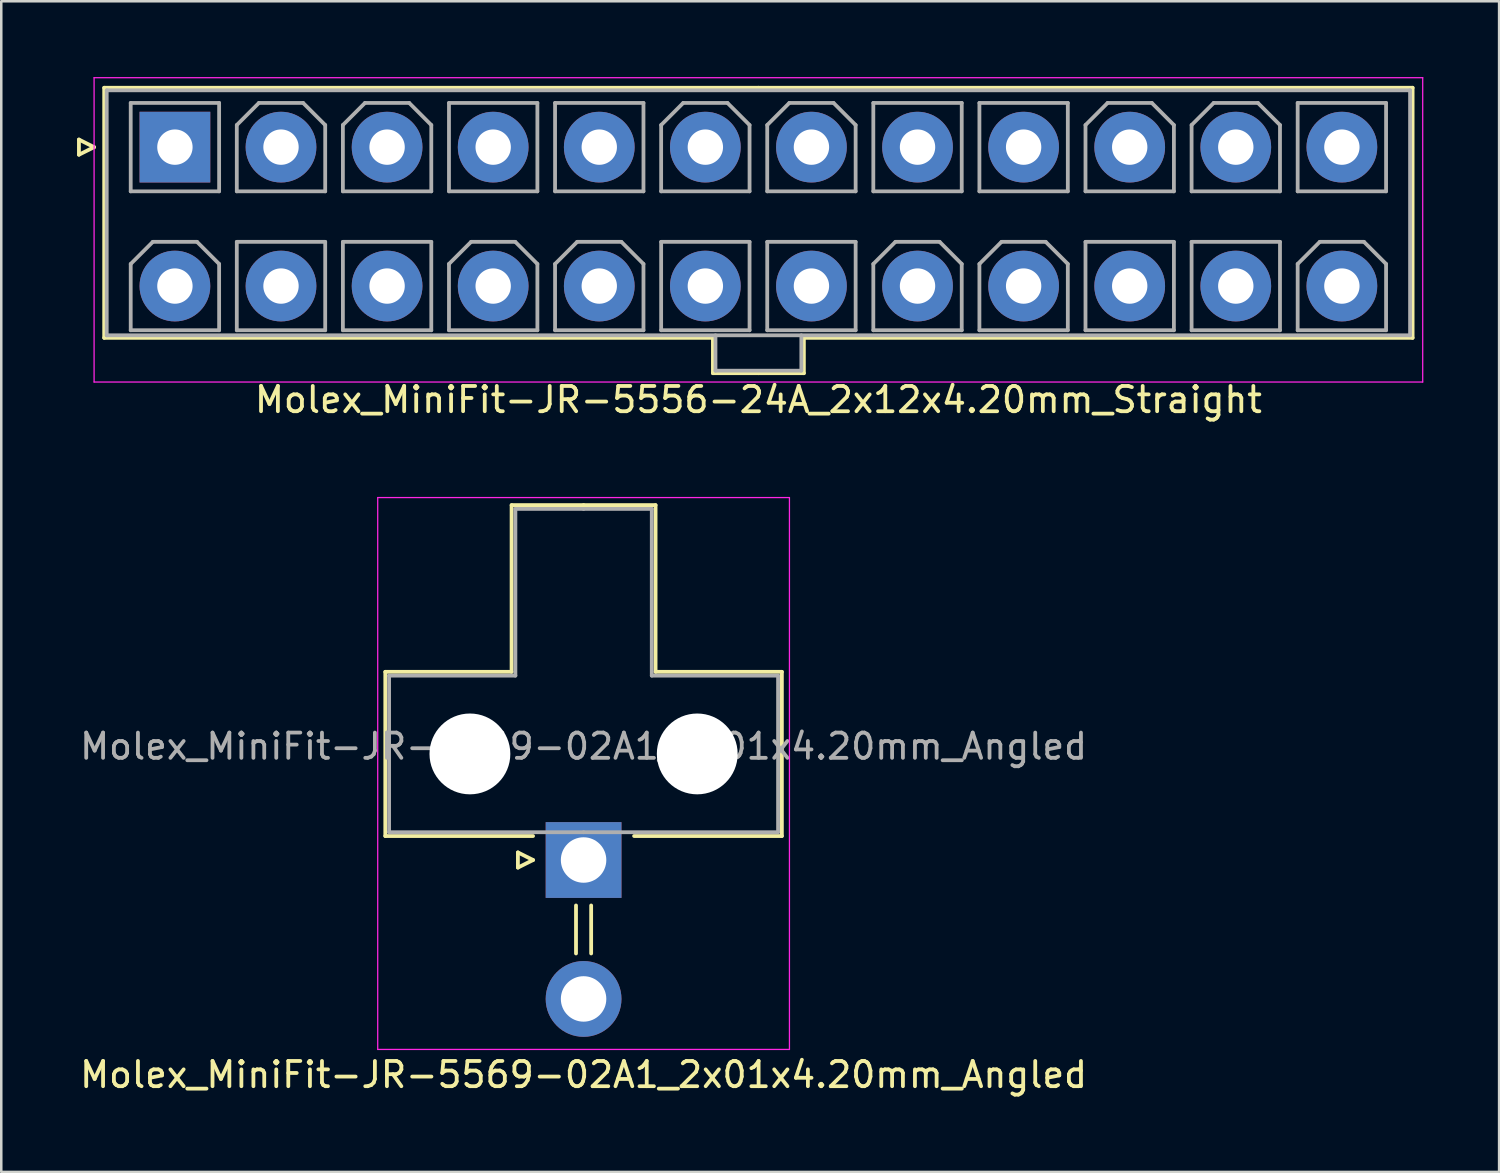
<source format=kicad_pcb>
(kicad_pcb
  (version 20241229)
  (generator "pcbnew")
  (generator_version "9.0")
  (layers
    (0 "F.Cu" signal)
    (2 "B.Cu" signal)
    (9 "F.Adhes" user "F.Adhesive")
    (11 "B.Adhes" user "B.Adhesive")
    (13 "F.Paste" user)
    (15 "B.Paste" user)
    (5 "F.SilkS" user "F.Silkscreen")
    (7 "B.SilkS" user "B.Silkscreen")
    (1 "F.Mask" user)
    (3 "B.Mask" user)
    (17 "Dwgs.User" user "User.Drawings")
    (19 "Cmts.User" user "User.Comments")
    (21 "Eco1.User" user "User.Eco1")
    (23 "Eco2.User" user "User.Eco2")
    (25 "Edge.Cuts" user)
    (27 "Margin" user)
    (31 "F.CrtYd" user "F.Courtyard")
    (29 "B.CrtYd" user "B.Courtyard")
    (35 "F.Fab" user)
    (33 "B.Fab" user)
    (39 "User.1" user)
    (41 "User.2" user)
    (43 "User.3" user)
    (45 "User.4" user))
  (footprint "Molex_MiniFit-JR-5569-02A1_2x01x4.20mm_Angled"
    (layer "F.Cu")
    (at 20.054 30.998)
    (property "Reference" "Molex_MiniFit-JR-5569-02A1_2x01x4.20mm_Angled" (at 0 8.5 0) (layer "F.SilkS") (effects (font (size 1 1) (thickness 0.15))))
    (attr through_hole)
    (fp_line (start -7.85 -7.45) (end -7.85 -0.95) (stroke (width 0.15) (type solid)) (layer "F.SilkS"))
    (fp_line (start -7.85 -0.95) (end -2 -0.95) (stroke (width 0.15) (type solid)) (layer "F.SilkS"))
    (fp_line (start -2.85 -14.05) (end -2.85 -7.45) (stroke (width 0.15) (type solid)) (layer "F.SilkS"))
    (fp_line (start -2.85 -7.45) (end -7.85 -7.45) (stroke (width 0.15) (type solid)) (layer "F.SilkS"))
    (fp_line (start -2.6 -0.3) (end -2 0) (stroke (width 0.15) (type solid)) (layer "F.SilkS"))
    (fp_line (start -2.6 0.3) (end -2.6 -0.3) (stroke (width 0.15) (type solid)) (layer "F.SilkS"))
    (fp_line (start -2 0) (end -2.6 0.3) (stroke (width 0.15) (type solid)) (layer "F.SilkS"))
    (fp_line (start -0.3 1.8) (end -0.3 3.7) (stroke (width 0.15) (type solid)) (layer "F.SilkS"))
    (fp_line (start 0 -14.05) (end -2.85 -14.05) (stroke (width 0.15) (type solid)) (layer "F.SilkS"))
    (fp_line (start 0 -14.05) (end 2.85 -14.05) (stroke (width 0.15) (type solid)) (layer "F.SilkS"))
    (fp_line (start 0.3 1.8) (end 0.3 3.7) (stroke (width 0.15) (type solid)) (layer "F.SilkS"))
    (fp_line (start 2.85 -14.05) (end 2.85 -7.45) (stroke (width 0.15) (type solid)) (layer "F.SilkS"))
    (fp_line (start 2.85 -7.45) (end 7.85 -7.45) (stroke (width 0.15) (type solid)) (layer "F.SilkS"))
    (fp_line (start 7.85 -7.45) (end 7.85 -0.95) (stroke (width 0.15) (type solid)) (layer "F.SilkS"))
    (fp_line (start 7.85 -0.95) (end 2 -0.95) (stroke (width 0.15) (type solid)) (layer "F.SilkS"))
    (fp_line (start -8.15 -14.35) (end -8.15 7.5) (stroke (width 0.05) (type solid)) (layer "F.CrtYd"))
    (fp_line (start -8.15 7.5) (end 8.15 7.5) (stroke (width 0.05) (type solid)) (layer "F.CrtYd"))
    (fp_line (start 8.15 -14.35) (end -8.15 -14.35) (stroke (width 0.05) (type solid)) (layer "F.CrtYd"))
    (fp_line (start 8.15 7.5) (end 8.15 -14.35) (stroke (width 0.05) (type solid)) (layer "F.CrtYd"))
    (fp_line (start -7.7 -7.3) (end -7.7 -1.1) (stroke (width 0.15) (type solid)) (layer "F.Fab"))
    (fp_line (start -7.7 -1.1) (end 0 -1.1) (stroke (width 0.15) (type solid)) (layer "F.Fab"))
    (fp_line (start -2.7 -13.9) (end -2.7 -7.3) (stroke (width 0.15) (type solid)) (layer "F.Fab"))
    (fp_line (start -2.7 -7.3) (end -7.7 -7.3) (stroke (width 0.15) (type solid)) (layer "F.Fab"))
    (fp_line (start 0 -13.9) (end -2.7 -13.9) (stroke (width 0.15) (type solid)) (layer "F.Fab"))
    (fp_line (start 0 -13.9) (end 2.7 -13.9) (stroke (width 0.15) (type solid)) (layer "F.Fab"))
    (fp_line (start 2.7 -13.9) (end 2.7 -7.3) (stroke (width 0.15) (type solid)) (layer "F.Fab"))
    (fp_line (start 2.7 -7.3) (end 7.7 -7.3) (stroke (width 0.15) (type solid)) (layer "F.Fab"))
    (fp_line (start 7.7 -7.3) (end 7.7 -1.1) (stroke (width 0.15) (type solid)) (layer "F.Fab"))
    (fp_line (start 7.7 -1.1) (end 0 -1.1) (stroke (width 0.15) (type solid)) (layer "F.Fab"))
    (fp_text user "${REFERENCE}" (at 0 -4.5 0) (layer "F.Fab") (effects (font (size 1 1) (thickness 0.15))))
    (pad "" np_thru_hole circle (at -4.5 -4.2) (size 3.2 3.2) (drill 3.2) (layers "*.Cu"))
    (pad "" np_thru_hole circle (at 4.5 -4.2) (size 3.2 3.2) (drill 3.2) (layers "*.Cu"))
    (pad "1" thru_hole rect (at 0 0) (size 3 3) (drill 1.8) (layers "*.Cu" "*.Mask"))
    (pad "2" thru_hole circle (at 0 5.5) (size 3 3) (drill 1.8) (layers "*.Cu" "*.Mask")))
  (footprint "Molex_MiniFit-JR-5556-24A_2x12x4.20mm_Straight"
    (layer "F.Cu")
    (at 3.875 2.775)
    (property "Reference" "Molex_MiniFit-JR-5556-24A_2x12x4.20mm_Straight" (at 23.1 10 0) (layer "F.SilkS") (effects (font (size 1 1) (thickness 0.15))))
    (attr through_hole)
    (fp_line (start -3.8 -0.3) (end -3.2 0) (stroke (width 0.15) (type solid)) (layer "F.SilkS"))
    (fp_line (start -3.8 0.3) (end -3.8 -0.3) (stroke (width 0.15) (type solid)) (layer "F.SilkS"))
    (fp_line (start -3.2 0) (end -3.8 0.3) (stroke (width 0.15) (type solid)) (layer "F.SilkS"))
    (fp_line (start -2.8 -2.35) (end -2.8 7.55) (stroke (width 0.15) (type solid)) (layer "F.SilkS"))
    (fp_line (start -2.8 7.55) (end 21.3 7.55) (stroke (width 0.15) (type solid)) (layer "F.SilkS"))
    (fp_line (start 21.3 7.55) (end 21.3 8.95) (stroke (width 0.15) (type solid)) (layer "F.SilkS"))
    (fp_line (start 21.3 8.95) (end 23.1 8.95) (stroke (width 0.15) (type solid)) (layer "F.SilkS"))
    (fp_line (start 23.1 -2.35) (end -2.8 -2.35) (stroke (width 0.15) (type solid)) (layer "F.SilkS"))
    (fp_line (start 23.1 -2.35) (end 49 -2.35) (stroke (width 0.15) (type solid)) (layer "F.SilkS"))
    (fp_line (start 24.9 7.55) (end 24.9 8.95) (stroke (width 0.15) (type solid)) (layer "F.SilkS"))
    (fp_line (start 24.9 8.95) (end 23.1 8.95) (stroke (width 0.15) (type solid)) (layer "F.SilkS"))
    (fp_line (start 49 -2.35) (end 49 7.55) (stroke (width 0.15) (type solid)) (layer "F.SilkS"))
    (fp_line (start 49 7.55) (end 24.9 7.55) (stroke (width 0.15) (type solid)) (layer "F.SilkS"))
    (fp_line (start -3.2 -2.75) (end -3.2 9.3) (stroke (width 0.05) (type solid)) (layer "F.CrtYd"))
    (fp_line (start -3.2 9.3) (end 49.4 9.3) (stroke (width 0.05) (type solid)) (layer "F.CrtYd"))
    (fp_line (start 49.4 -2.75) (end -3.2 -2.75) (stroke (width 0.05) (type solid)) (layer "F.CrtYd"))
    (fp_line (start 49.4 9.3) (end 49.4 -2.75) (stroke (width 0.05) (type solid)) (layer "F.CrtYd"))
    (fp_line (start -2.7 -2.25) (end -2.7 7.45) (stroke (width 0.15) (type solid)) (layer "F.Fab"))
    (fp_line (start -2.7 7.45) (end 48.9 7.45) (stroke (width 0.15) (type solid)) (layer "F.Fab"))
    (fp_line (start -1.75 -1.75) (end -1.75 1.75) (stroke (width 0.15) (type solid)) (layer "F.Fab"))
    (fp_line (start -1.75 1.75) (end 1.75 1.75) (stroke (width 0.15) (type solid)) (layer "F.Fab"))
    (fp_line (start -1.75 4.625) (end -0.875 3.75) (stroke (width 0.15) (type solid)) (layer "F.Fab"))
    (fp_line (start -1.75 7.25) (end -1.75 4.625) (stroke (width 0.15) (type solid)) (layer "F.Fab"))
    (fp_line (start -0.875 3.75) (end 0.875 3.75) (stroke (width 0.15) (type solid)) (layer "F.Fab"))
    (fp_line (start 0.875 3.75) (end 1.75 4.625) (stroke (width 0.15) (type solid)) (layer "F.Fab"))
    (fp_line (start 1.75 -1.75) (end -1.75 -1.75) (stroke (width 0.15) (type solid)) (layer "F.Fab"))
    (fp_line (start 1.75 1.75) (end 1.75 -1.75) (stroke (width 0.15) (type solid)) (layer "F.Fab"))
    (fp_line (start 1.75 4.625) (end 1.75 7.25) (stroke (width 0.15) (type solid)) (layer "F.Fab"))
    (fp_line (start 1.75 7.25) (end -1.75 7.25) (stroke (width 0.15) (type solid)) (layer "F.Fab"))
    (fp_line (start 2.45 -0.875) (end 3.325 -1.75) (stroke (width 0.15) (type solid)) (layer "F.Fab"))
    (fp_line (start 2.45 1.75) (end 2.45 -0.875) (stroke (width 0.15) (type solid)) (layer "F.Fab"))
    (fp_line (start 2.45 3.75) (end 2.45 7.25) (stroke (width 0.15) (type solid)) (layer "F.Fab"))
    (fp_line (start 2.45 7.25) (end 5.95 7.25) (stroke (width 0.15) (type solid)) (layer "F.Fab"))
    (fp_line (start 3.325 -1.75) (end 5.075 -1.75) (stroke (width 0.15) (type solid)) (layer "F.Fab"))
    (fp_line (start 5.075 -1.75) (end 5.95 -0.875) (stroke (width 0.15) (type solid)) (layer "F.Fab"))
    (fp_line (start 5.95 -0.875) (end 5.95 1.75) (stroke (width 0.15) (type solid)) (layer "F.Fab"))
    (fp_line (start 5.95 1.75) (end 2.45 1.75) (stroke (width 0.15) (type solid)) (layer "F.Fab"))
    (fp_line (start 5.95 3.75) (end 2.45 3.75) (stroke (width 0.15) (type solid)) (layer "F.Fab"))
    (fp_line (start 5.95 7.25) (end 5.95 3.75) (stroke (width 0.15) (type solid)) (layer "F.Fab"))
    (fp_line (start 6.65 -0.875) (end 7.525 -1.75) (stroke (width 0.15) (type solid)) (layer "F.Fab"))
    (fp_line (start 6.65 1.75) (end 6.65 -0.875) (stroke (width 0.15) (type solid)) (layer "F.Fab"))
    (fp_line (start 6.65 3.75) (end 6.65 7.25) (stroke (width 0.15) (type solid)) (layer "F.Fab"))
    (fp_line (start 6.65 7.25) (end 10.15 7.25) (stroke (width 0.15) (type solid)) (layer "F.Fab"))
    (fp_line (start 7.525 -1.75) (end 9.275 -1.75) (stroke (width 0.15) (type solid)) (layer "F.Fab"))
    (fp_line (start 9.275 -1.75) (end 10.15 -0.875) (stroke (width 0.15) (type solid)) (layer "F.Fab"))
    (fp_line (start 10.15 -0.875) (end 10.15 1.75) (stroke (width 0.15) (type solid)) (layer "F.Fab"))
    (fp_line (start 10.15 1.75) (end 6.65 1.75) (stroke (width 0.15) (type solid)) (layer "F.Fab"))
    (fp_line (start 10.15 3.75) (end 6.65 3.75) (stroke (width 0.15) (type solid)) (layer "F.Fab"))
    (fp_line (start 10.15 7.25) (end 10.15 3.75) (stroke (width 0.15) (type solid)) (layer "F.Fab"))
    (fp_line (start 10.85 -1.75) (end 10.85 1.75) (stroke (width 0.15) (type solid)) (layer "F.Fab"))
    (fp_line (start 10.85 1.75) (end 14.35 1.75) (stroke (width 0.15) (type solid)) (layer "F.Fab"))
    (fp_line (start 10.85 4.625) (end 11.725 3.75) (stroke (width 0.15) (type solid)) (layer "F.Fab"))
    (fp_line (start 10.85 7.25) (end 10.85 4.625) (stroke (width 0.15) (type solid)) (layer "F.Fab"))
    (fp_line (start 11.725 3.75) (end 13.475 3.75) (stroke (width 0.15) (type solid)) (layer "F.Fab"))
    (fp_line (start 13.475 3.75) (end 14.35 4.625) (stroke (width 0.15) (type solid)) (layer "F.Fab"))
    (fp_line (start 14.35 -1.75) (end 10.85 -1.75) (stroke (width 0.15) (type solid)) (layer "F.Fab"))
    (fp_line (start 14.35 1.75) (end 14.35 -1.75) (stroke (width 0.15) (type solid)) (layer "F.Fab"))
    (fp_line (start 14.35 4.625) (end 14.35 7.25) (stroke (width 0.15) (type solid)) (layer "F.Fab"))
    (fp_line (start 14.35 7.25) (end 10.85 7.25) (stroke (width 0.15) (type solid)) (layer "F.Fab"))
    (fp_line (start 15.05 -1.75) (end 15.05 1.75) (stroke (width 0.15) (type solid)) (layer "F.Fab"))
    (fp_line (start 15.05 1.75) (end 18.55 1.75) (stroke (width 0.15) (type solid)) (layer "F.Fab"))
    (fp_line (start 15.05 4.625) (end 15.925 3.75) (stroke (width 0.15) (type solid)) (layer "F.Fab"))
    (fp_line (start 15.05 7.25) (end 15.05 4.625) (stroke (width 0.15) (type solid)) (layer "F.Fab"))
    (fp_line (start 15.925 3.75) (end 17.675 3.75) (stroke (width 0.15) (type solid)) (layer "F.Fab"))
    (fp_line (start 17.675 3.75) (end 18.55 4.625) (stroke (width 0.15) (type solid)) (layer "F.Fab"))
    (fp_line (start 18.55 -1.75) (end 15.05 -1.75) (stroke (width 0.15) (type solid)) (layer "F.Fab"))
    (fp_line (start 18.55 1.75) (end 18.55 -1.75) (stroke (width 0.15) (type solid)) (layer "F.Fab"))
    (fp_line (start 18.55 4.625) (end 18.55 7.25) (stroke (width 0.15) (type solid)) (layer "F.Fab"))
    (fp_line (start 18.55 7.25) (end 15.05 7.25) (stroke (width 0.15) (type solid)) (layer "F.Fab"))
    (fp_line (start 19.25 -0.875) (end 20.125 -1.75) (stroke (width 0.15) (type solid)) (layer "F.Fab"))
    (fp_line (start 19.25 1.75) (end 19.25 -0.875) (stroke (width 0.15) (type solid)) (layer "F.Fab"))
    (fp_line (start 19.25 3.75) (end 19.25 7.25) (stroke (width 0.15) (type solid)) (layer "F.Fab"))
    (fp_line (start 19.25 7.25) (end 22.75 7.25) (stroke (width 0.15) (type solid)) (layer "F.Fab"))
    (fp_line (start 20.125 -1.75) (end 21.875 -1.75) (stroke (width 0.15) (type solid)) (layer "F.Fab"))
    (fp_line (start 21.4 7.45) (end 21.4 8.85) (stroke (width 0.15) (type solid)) (layer "F.Fab"))
    (fp_line (start 21.4 8.85) (end 24.8 8.85) (stroke (width 0.15) (type solid)) (layer "F.Fab"))
    (fp_line (start 21.875 -1.75) (end 22.75 -0.875) (stroke (width 0.15) (type solid)) (layer "F.Fab"))
    (fp_line (start 22.75 -0.875) (end 22.75 1.75) (stroke (width 0.15) (type solid)) (layer "F.Fab"))
    (fp_line (start 22.75 1.75) (end 19.25 1.75) (stroke (width 0.15) (type solid)) (layer "F.Fab"))
    (fp_line (start 22.75 3.75) (end 19.25 3.75) (stroke (width 0.15) (type solid)) (layer "F.Fab"))
    (fp_line (start 22.75 7.25) (end 22.75 3.75) (stroke (width 0.15) (type solid)) (layer "F.Fab"))
    (fp_line (start 23.45 -0.875) (end 24.325 -1.75) (stroke (width 0.15) (type solid)) (layer "F.Fab"))
    (fp_line (start 23.45 1.75) (end 23.45 -0.875) (stroke (width 0.15) (type solid)) (layer "F.Fab"))
    (fp_line (start 23.45 3.75) (end 23.45 7.25) (stroke (width 0.15) (type solid)) (layer "F.Fab"))
    (fp_line (start 23.45 7.25) (end 26.95 7.25) (stroke (width 0.15) (type solid)) (layer "F.Fab"))
    (fp_line (start 24.325 -1.75) (end 26.075 -1.75) (stroke (width 0.15) (type solid)) (layer "F.Fab"))
    (fp_line (start 24.8 8.85) (end 24.8 7.45) (stroke (width 0.15) (type solid)) (layer "F.Fab"))
    (fp_line (start 26.075 -1.75) (end 26.95 -0.875) (stroke (width 0.15) (type solid)) (layer "F.Fab"))
    (fp_line (start 26.95 -0.875) (end 26.95 1.75) (stroke (width 0.15) (type solid)) (layer "F.Fab"))
    (fp_line (start 26.95 1.75) (end 23.45 1.75) (stroke (width 0.15) (type solid)) (layer "F.Fab"))
    (fp_line (start 26.95 3.75) (end 23.45 3.75) (stroke (width 0.15) (type solid)) (layer "F.Fab"))
    (fp_line (start 26.95 7.25) (end 26.95 3.75) (stroke (width 0.15) (type solid)) (layer "F.Fab"))
    (fp_line (start 27.65 -1.75) (end 27.65 1.75) (stroke (width 0.15) (type solid)) (layer "F.Fab"))
    (fp_line (start 27.65 1.75) (end 31.15 1.75) (stroke (width 0.15) (type solid)) (layer "F.Fab"))
    (fp_line (start 27.65 4.625) (end 28.525 3.75) (stroke (width 0.15) (type solid)) (layer "F.Fab"))
    (fp_line (start 27.65 7.25) (end 27.65 4.625) (stroke (width 0.15) (type solid)) (layer "F.Fab"))
    (fp_line (start 28.525 3.75) (end 30.275 3.75) (stroke (width 0.15) (type solid)) (layer "F.Fab"))
    (fp_line (start 30.275 3.75) (end 31.15 4.625) (stroke (width 0.15) (type solid)) (layer "F.Fab"))
    (fp_line (start 31.15 -1.75) (end 27.65 -1.75) (stroke (width 0.15) (type solid)) (layer "F.Fab"))
    (fp_line (start 31.15 1.75) (end 31.15 -1.75) (stroke (width 0.15) (type solid)) (layer "F.Fab"))
    (fp_line (start 31.15 4.625) (end 31.15 7.25) (stroke (width 0.15) (type solid)) (layer "F.Fab"))
    (fp_line (start 31.15 7.25) (end 27.65 7.25) (stroke (width 0.15) (type solid)) (layer "F.Fab"))
    (fp_line (start 31.85 -1.75) (end 31.85 1.75) (stroke (width 0.15) (type solid)) (layer "F.Fab"))
    (fp_line (start 31.85 1.75) (end 35.35 1.75) (stroke (width 0.15) (type solid)) (layer "F.Fab"))
    (fp_line (start 31.85 4.625) (end 32.725 3.75) (stroke (width 0.15) (type solid)) (layer "F.Fab"))
    (fp_line (start 31.85 7.25) (end 31.85 4.625) (stroke (width 0.15) (type solid)) (layer "F.Fab"))
    (fp_line (start 32.725 3.75) (end 34.475 3.75) (stroke (width 0.15) (type solid)) (layer "F.Fab"))
    (fp_line (start 34.475 3.75) (end 35.35 4.625) (stroke (width 0.15) (type solid)) (layer "F.Fab"))
    (fp_line (start 35.35 -1.75) (end 31.85 -1.75) (stroke (width 0.15) (type solid)) (layer "F.Fab"))
    (fp_line (start 35.35 1.75) (end 35.35 -1.75) (stroke (width 0.15) (type solid)) (layer "F.Fab"))
    (fp_line (start 35.35 4.625) (end 35.35 7.25) (stroke (width 0.15) (type solid)) (layer "F.Fab"))
    (fp_line (start 35.35 7.25) (end 31.85 7.25) (stroke (width 0.15) (type solid)) (layer "F.Fab"))
    (fp_line (start 36.05 -0.875) (end 36.925 -1.75) (stroke (width 0.15) (type solid)) (layer "F.Fab"))
    (fp_line (start 36.05 1.75) (end 36.05 -0.875) (stroke (width 0.15) (type solid)) (layer "F.Fab"))
    (fp_line (start 36.05 3.75) (end 36.05 7.25) (stroke (width 0.15) (type solid)) (layer "F.Fab"))
    (fp_line (start 36.05 7.25) (end 39.55 7.25) (stroke (width 0.15) (type solid)) (layer "F.Fab"))
    (fp_line (start 36.925 -1.75) (end 38.675 -1.75) (stroke (width 0.15) (type solid)) (layer "F.Fab"))
    (fp_line (start 38.675 -1.75) (end 39.55 -0.875) (stroke (width 0.15) (type solid)) (layer "F.Fab"))
    (fp_line (start 39.55 -0.875) (end 39.55 1.75) (stroke (width 0.15) (type solid)) (layer "F.Fab"))
    (fp_line (start 39.55 1.75) (end 36.05 1.75) (stroke (width 0.15) (type solid)) (layer "F.Fab"))
    (fp_line (start 39.55 3.75) (end 36.05 3.75) (stroke (width 0.15) (type solid)) (layer "F.Fab"))
    (fp_line (start 39.55 7.25) (end 39.55 3.75) (stroke (width 0.15) (type solid)) (layer "F.Fab"))
    (fp_line (start 40.25 -0.875) (end 41.125 -1.75) (stroke (width 0.15) (type solid)) (layer "F.Fab"))
    (fp_line (start 40.25 1.75) (end 40.25 -0.875) (stroke (width 0.15) (type solid)) (layer "F.Fab"))
    (fp_line (start 40.25 3.75) (end 40.25 7.25) (stroke (width 0.15) (type solid)) (layer "F.Fab"))
    (fp_line (start 40.25 7.25) (end 43.75 7.25) (stroke (width 0.15) (type solid)) (layer "F.Fab"))
    (fp_line (start 41.125 -1.75) (end 42.875 -1.75) (stroke (width 0.15) (type solid)) (layer "F.Fab"))
    (fp_line (start 42.875 -1.75) (end 43.75 -0.875) (stroke (width 0.15) (type solid)) (layer "F.Fab"))
    (fp_line (start 43.75 -0.875) (end 43.75 1.75) (stroke (width 0.15) (type solid)) (layer "F.Fab"))
    (fp_line (start 43.75 1.75) (end 40.25 1.75) (stroke (width 0.15) (type solid)) (layer "F.Fab"))
    (fp_line (start 43.75 3.75) (end 40.25 3.75) (stroke (width 0.15) (type solid)) (layer "F.Fab"))
    (fp_line (start 43.75 7.25) (end 43.75 3.75) (stroke (width 0.15) (type solid)) (layer "F.Fab"))
    (fp_line (start 44.45 -1.75) (end 44.45 1.75) (stroke (width 0.15) (type solid)) (layer "F.Fab"))
    (fp_line (start 44.45 1.75) (end 47.95 1.75) (stroke (width 0.15) (type solid)) (layer "F.Fab"))
    (fp_line (start 44.45 4.625) (end 45.325 3.75) (stroke (width 0.15) (type solid)) (layer "F.Fab"))
    (fp_line (start 44.45 7.25) (end 44.45 4.625) (stroke (width 0.15) (type solid)) (layer "F.Fab"))
    (fp_line (start 45.325 3.75) (end 47.075 3.75) (stroke (width 0.15) (type solid)) (layer "F.Fab"))
    (fp_line (start 47.075 3.75) (end 47.95 4.625) (stroke (width 0.15) (type solid)) (layer "F.Fab"))
    (fp_line (start 47.95 -1.75) (end 44.45 -1.75) (stroke (width 0.15) (type solid)) (layer "F.Fab"))
    (fp_line (start 47.95 1.75) (end 47.95 -1.75) (stroke (width 0.15) (type solid)) (layer "F.Fab"))
    (fp_line (start 47.95 4.625) (end 47.95 7.25) (stroke (width 0.15) (type solid)) (layer "F.Fab"))
    (fp_line (start 47.95 7.25) (end 44.45 7.25) (stroke (width 0.15) (type solid)) (layer "F.Fab"))
    (fp_line (start 48.9 -2.25) (end -2.7 -2.25) (stroke (width 0.15) (type solid)) (layer "F.Fab"))
    (fp_line (start 48.9 7.45) (end 48.9 -2.25) (stroke (width 0.15) (type solid)) (layer "F.Fab"))
    (pad "1" thru_hole rect (at 0 0) (size 2.8 2.8) (drill 1.4) (layers "*.Cu" "*.Mask"))
    (pad "2" thru_hole circle (at 4.2 0) (size 2.8 2.8) (drill 1.4) (layers "*.Cu" "*.Mask"))
    (pad "3" thru_hole circle (at 8.4 0) (size 2.8 2.8) (drill 1.4) (layers "*.Cu" "*.Mask"))
    (pad "4" thru_hole circle (at 12.6 0) (size 2.8 2.8) (drill 1.4) (layers "*.Cu" "*.Mask"))
    (pad "5" thru_hole circle (at 16.8 0) (size 2.8 2.8) (drill 1.4) (layers "*.Cu" "*.Mask"))
    (pad "6" thru_hole circle (at 21 0) (size 2.8 2.8) (drill 1.4) (layers "*.Cu" "*.Mask"))
    (pad "7" thru_hole circle (at 25.2 0) (size 2.8 2.8) (drill 1.4) (layers "*.Cu" "*.Mask"))
    (pad "8" thru_hole circle (at 29.4 0) (size 2.8 2.8) (drill 1.4) (layers "*.Cu" "*.Mask"))
    (pad "9" thru_hole circle (at 33.6 0) (size 2.8 2.8) (drill 1.4) (layers "*.Cu" "*.Mask"))
    (pad "10" thru_hole circle (at 37.8 0) (size 2.8 2.8) (drill 1.4) (layers "*.Cu" "*.Mask"))
    (pad "11" thru_hole circle (at 42 0) (size 2.8 2.8) (drill 1.4) (layers "*.Cu" "*.Mask"))
    (pad "12" thru_hole circle (at 46.2 0) (size 2.8 2.8) (drill 1.4) (layers "*.Cu" "*.Mask"))
    (pad "13" thru_hole circle (at 0 5.5) (size 2.8 2.8) (drill 1.4) (layers "*.Cu" "*.Mask"))
    (pad "14" thru_hole circle (at 4.2 5.5) (size 2.8 2.8) (drill 1.4) (layers "*.Cu" "*.Mask"))
    (pad "15" thru_hole circle (at 8.4 5.5) (size 2.8 2.8) (drill 1.4) (layers "*.Cu" "*.Mask"))
    (pad "16" thru_hole circle (at 12.6 5.5) (size 2.8 2.8) (drill 1.4) (layers "*.Cu" "*.Mask"))
    (pad "17" thru_hole circle (at 16.8 5.5) (size 2.8 2.8) (drill 1.4) (layers "*.Cu" "*.Mask"))
    (pad "18" thru_hole circle (at 21 5.5) (size 2.8 2.8) (drill 1.4) (layers "*.Cu" "*.Mask"))
    (pad "19" thru_hole circle (at 25.2 5.5) (size 2.8 2.8) (drill 1.4) (layers "*.Cu" "*.Mask"))
    (pad "20" thru_hole circle (at 29.4 5.5) (size 2.8 2.8) (drill 1.4) (layers "*.Cu" "*.Mask"))
    (pad "21" thru_hole circle (at 33.6 5.5) (size 2.8 2.8) (drill 1.4) (layers "*.Cu" "*.Mask"))
    (pad "22" thru_hole circle (at 37.8 5.5) (size 2.8 2.8) (drill 1.4) (layers "*.Cu" "*.Mask"))
    (pad "23" thru_hole circle (at 42 5.5) (size 2.8 2.8) (drill 1.4) (layers "*.Cu" "*.Mask"))
    (pad "24" thru_hole circle (at 46.2 5.5) (size 2.8 2.8) (drill 1.4) (layers "*.Cu" "*.Mask")))
  (gr_rect
    (start -3 -3)
    (end 56.3 43.346)
    (stroke (width 0.1) (type default))
    (fill no)
    (layer "Edge.Cuts")))
</source>
